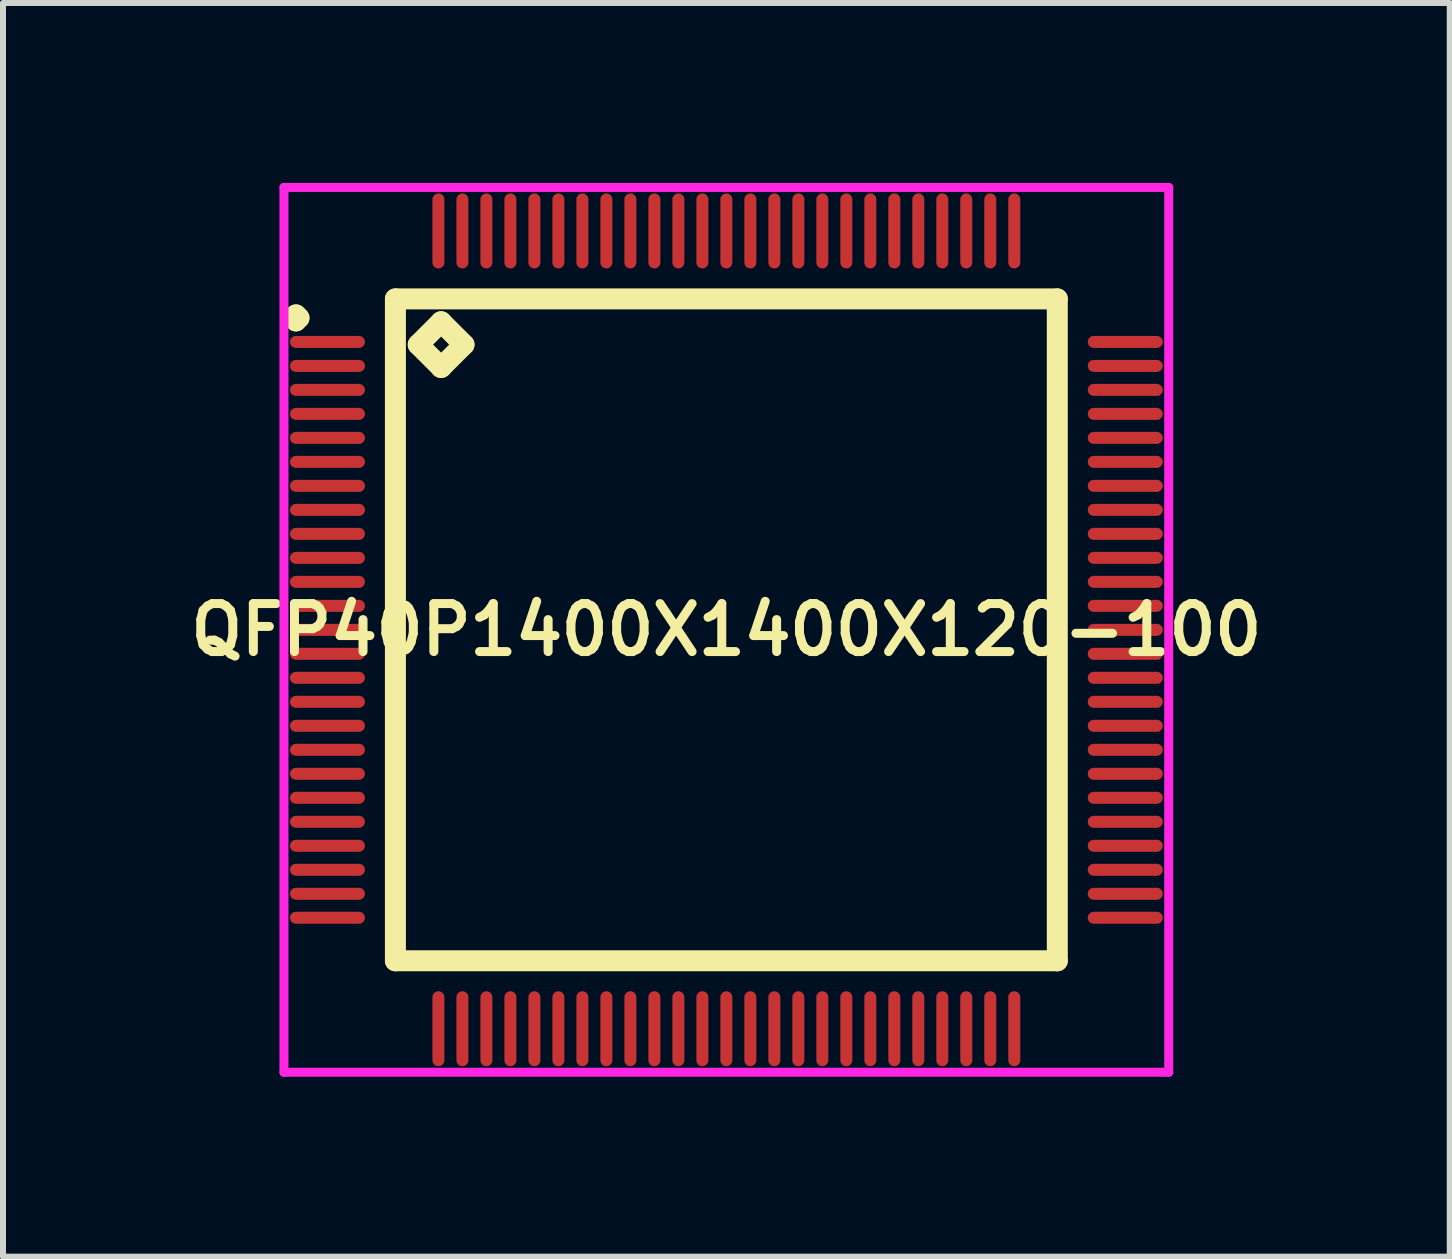
<source format=kicad_pcb>
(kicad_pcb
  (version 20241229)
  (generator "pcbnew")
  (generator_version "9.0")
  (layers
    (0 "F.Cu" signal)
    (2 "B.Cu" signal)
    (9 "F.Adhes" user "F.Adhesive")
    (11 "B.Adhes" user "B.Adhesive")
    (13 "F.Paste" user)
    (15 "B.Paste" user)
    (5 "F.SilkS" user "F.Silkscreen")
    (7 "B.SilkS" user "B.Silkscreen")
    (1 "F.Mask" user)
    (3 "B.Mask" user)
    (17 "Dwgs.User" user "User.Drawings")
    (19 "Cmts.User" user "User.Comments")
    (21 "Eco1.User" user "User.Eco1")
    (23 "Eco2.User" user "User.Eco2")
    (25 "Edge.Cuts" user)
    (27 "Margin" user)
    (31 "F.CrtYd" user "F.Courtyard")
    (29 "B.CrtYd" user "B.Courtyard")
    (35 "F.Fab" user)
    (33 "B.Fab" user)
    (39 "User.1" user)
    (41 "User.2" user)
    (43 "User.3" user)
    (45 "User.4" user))
  (footprint "QFP40P1400X1400X120-100"
    (layer "F.Cu")
    (at 9.059 7.45)
    (property "Reference" "QFP40P1400X1400X120-100" (at 0 0 0) (layer "F.SilkS") (effects (font (size 0.8 0.8) (thickness 0.15))))
    (attr smd)
    (fp_line (start -7.225 -5.2) (end -7.175 -5.25) (stroke (width 0.35) (type solid)) (layer "F.SilkS"))
    (fp_line (start -7.175 -5.25) (end -7.125 -5.2) (stroke (width 0.35) (type solid)) (layer "F.SilkS"))
    (fp_line (start -7.175 -5.15) (end -7.225 -5.2) (stroke (width 0.35) (type solid)) (layer "F.SilkS"))
    (fp_line (start -7.125 -5.2) (end -7.175 -5.15) (stroke (width 0.35) (type solid)) (layer "F.SilkS"))
    (fp_line (start -5.517 -5.517) (end -5.517 5.517) (stroke (width 0.35) (type solid)) (layer "F.SilkS"))
    (fp_line (start -5.517 5.517) (end 5.517 5.517) (stroke (width 0.35) (type solid)) (layer "F.SilkS"))
    (fp_line (start -5.136 -4.755) (end -4.755 -5.136) (stroke (width 0.35) (type solid)) (layer "F.SilkS"))
    (fp_line (start -4.755 -5.136) (end -4.374 -4.755) (stroke (width 0.35) (type solid)) (layer "F.SilkS"))
    (fp_line (start -4.755 -4.374) (end -5.136 -4.755) (stroke (width 0.35) (type solid)) (layer "F.SilkS"))
    (fp_line (start -4.374 -4.755) (end -4.755 -4.374) (stroke (width 0.35) (type solid)) (layer "F.SilkS"))
    (fp_line (start 5.517 -5.517) (end -5.517 -5.517) (stroke (width 0.35) (type solid)) (layer "F.SilkS"))
    (fp_line (start 5.517 5.517) (end 5.517 -5.517) (stroke (width 0.35) (type solid)) (layer "F.SilkS"))
    (fp_line (start -7.375 -7.375) (end 7.375 -7.375) (stroke (width 0.15) (type solid)) (layer "F.CrtYd"))
    (fp_line (start -7.375 7.375) (end -7.375 -7.375) (stroke (width 0.15) (type solid)) (layer "F.CrtYd"))
    (fp_line (start 7.375 -7.375) (end 7.375 7.375) (stroke (width 0.15) (type solid)) (layer "F.CrtYd"))
    (fp_line (start 7.375 7.375) (end -7.375 7.375) (stroke (width 0.15) (type solid)) (layer "F.CrtYd"))
    (pad "1" smd oval (at -6.65 -4.8) (size 1.25 0.2) (layers "F.Cu" "F.Mask" "F.Paste"))
    (pad "2" smd oval (at -6.65 -4.4) (size 1.25 0.2) (layers "F.Cu" "F.Mask" "F.Paste"))
    (pad "3" smd oval (at -6.65 -4) (size 1.25 0.2) (layers "F.Cu" "F.Mask" "F.Paste"))
    (pad "4" smd oval (at -6.65 -3.6) (size 1.25 0.2) (layers "F.Cu" "F.Mask" "F.Paste"))
    (pad "5" smd oval (at -6.65 -3.2) (size 1.25 0.2) (layers "F.Cu" "F.Mask" "F.Paste"))
    (pad "6" smd oval (at -6.65 -2.8) (size 1.25 0.2) (layers "F.Cu" "F.Mask" "F.Paste"))
    (pad "7" smd oval (at -6.65 -2.4) (size 1.25 0.2) (layers "F.Cu" "F.Mask" "F.Paste"))
    (pad "8" smd oval (at -6.65 -2) (size 1.25 0.2) (layers "F.Cu" "F.Mask" "F.Paste"))
    (pad "9" smd oval (at -6.65 -1.6) (size 1.25 0.2) (layers "F.Cu" "F.Mask" "F.Paste"))
    (pad "10" smd oval (at -6.65 -1.2) (size 1.25 0.2) (layers "F.Cu" "F.Mask" "F.Paste"))
    (pad "11" smd oval (at -6.65 -0.8) (size 1.25 0.2) (layers "F.Cu" "F.Mask" "F.Paste"))
    (pad "12" smd oval (at -6.65 -0.4) (size 1.25 0.2) (layers "F.Cu" "F.Mask" "F.Paste"))
    (pad "13" smd oval (at -6.65 0) (size 1.25 0.2) (layers "F.Cu" "F.Mask" "F.Paste"))
    (pad "14" smd oval (at -6.65 0.4) (size 1.25 0.2) (layers "F.Cu" "F.Mask" "F.Paste"))
    (pad "15" smd oval (at -6.65 0.8) (size 1.25 0.2) (layers "F.Cu" "F.Mask" "F.Paste"))
    (pad "16" smd oval (at -6.65 1.2) (size 1.25 0.2) (layers "F.Cu" "F.Mask" "F.Paste"))
    (pad "17" smd oval (at -6.65 1.6) (size 1.25 0.2) (layers "F.Cu" "F.Mask" "F.Paste"))
    (pad "18" smd oval (at -6.65 2) (size 1.25 0.2) (layers "F.Cu" "F.Mask" "F.Paste"))
    (pad "19" smd oval (at -6.65 2.4) (size 1.25 0.2) (layers "F.Cu" "F.Mask" "F.Paste"))
    (pad "20" smd oval (at -6.65 2.8) (size 1.25 0.2) (layers "F.Cu" "F.Mask" "F.Paste"))
    (pad "21" smd oval (at -6.65 3.2) (size 1.25 0.2) (layers "F.Cu" "F.Mask" "F.Paste"))
    (pad "22" smd oval (at -6.65 3.6) (size 1.25 0.2) (layers "F.Cu" "F.Mask" "F.Paste"))
    (pad "23" smd oval (at -6.65 4) (size 1.25 0.2) (layers "F.Cu" "F.Mask" "F.Paste"))
    (pad "24" smd oval (at -6.65 4.4) (size 1.25 0.2) (layers "F.Cu" "F.Mask" "F.Paste"))
    (pad "25" smd oval (at -6.65 4.8) (size 1.25 0.2) (layers "F.Cu" "F.Mask" "F.Paste"))
    (pad "26" smd oval (at -4.8 6.65) (size 0.2 1.25) (layers "F.Cu" "F.Mask" "F.Paste"))
    (pad "27" smd oval (at -4.4 6.65) (size 0.2 1.25) (layers "F.Cu" "F.Mask" "F.Paste"))
    (pad "28" smd oval (at -4 6.65) (size 0.2 1.25) (layers "F.Cu" "F.Mask" "F.Paste"))
    (pad "29" smd oval (at -3.6 6.65) (size 0.2 1.25) (layers "F.Cu" "F.Mask" "F.Paste"))
    (pad "30" smd oval (at -3.2 6.65) (size 0.2 1.25) (layers "F.Cu" "F.Mask" "F.Paste"))
    (pad "31" smd oval (at -2.8 6.65) (size 0.2 1.25) (layers "F.Cu" "F.Mask" "F.Paste"))
    (pad "32" smd oval (at -2.4 6.65) (size 0.2 1.25) (layers "F.Cu" "F.Mask" "F.Paste"))
    (pad "33" smd oval (at -2 6.65) (size 0.2 1.25) (layers "F.Cu" "F.Mask" "F.Paste"))
    (pad "34" smd oval (at -1.6 6.65) (size 0.2 1.25) (layers "F.Cu" "F.Mask" "F.Paste"))
    (pad "35" smd oval (at -1.2 6.65) (size 0.2 1.25) (layers "F.Cu" "F.Mask" "F.Paste"))
    (pad "36" smd oval (at -0.8 6.65) (size 0.2 1.25) (layers "F.Cu" "F.Mask" "F.Paste"))
    (pad "37" smd oval (at -0.4 6.65) (size 0.2 1.25) (layers "F.Cu" "F.Mask" "F.Paste"))
    (pad "38" smd oval (at 0 6.65) (size 0.2 1.25) (layers "F.Cu" "F.Mask" "F.Paste"))
    (pad "39" smd oval (at 0.4 6.65) (size 0.2 1.25) (layers "F.Cu" "F.Mask" "F.Paste"))
    (pad "40" smd oval (at 0.8 6.65) (size 0.2 1.25) (layers "F.Cu" "F.Mask" "F.Paste"))
    (pad "41" smd oval (at 1.2 6.65) (size 0.2 1.25) (layers "F.Cu" "F.Mask" "F.Paste"))
    (pad "42" smd oval (at 1.6 6.65) (size 0.2 1.25) (layers "F.Cu" "F.Mask" "F.Paste"))
    (pad "43" smd oval (at 2 6.65) (size 0.2 1.25) (layers "F.Cu" "F.Mask" "F.Paste"))
    (pad "44" smd oval (at 2.4 6.65) (size 0.2 1.25) (layers "F.Cu" "F.Mask" "F.Paste"))
    (pad "45" smd oval (at 2.8 6.65) (size 0.2 1.25) (layers "F.Cu" "F.Mask" "F.Paste"))
    (pad "46" smd oval (at 3.2 6.65) (size 0.2 1.25) (layers "F.Cu" "F.Mask" "F.Paste"))
    (pad "47" smd oval (at 3.6 6.65) (size 0.2 1.25) (layers "F.Cu" "F.Mask" "F.Paste"))
    (pad "48" smd oval (at 4 6.65) (size 0.2 1.25) (layers "F.Cu" "F.Mask" "F.Paste"))
    (pad "49" smd oval (at 4.4 6.65) (size 0.2 1.25) (layers "F.Cu" "F.Mask" "F.Paste"))
    (pad "50" smd oval (at 4.8 6.65) (size 0.2 1.25) (layers "F.Cu" "F.Mask" "F.Paste"))
    (pad "51" smd oval (at 6.65 4.8) (size 1.25 0.2) (layers "F.Cu" "F.Mask" "F.Paste"))
    (pad "52" smd oval (at 6.65 4.4) (size 1.25 0.2) (layers "F.Cu" "F.Mask" "F.Paste"))
    (pad "53" smd oval (at 6.65 4) (size 1.25 0.2) (layers "F.Cu" "F.Mask" "F.Paste"))
    (pad "54" smd oval (at 6.65 3.6) (size 1.25 0.2) (layers "F.Cu" "F.Mask" "F.Paste"))
    (pad "55" smd oval (at 6.65 3.2) (size 1.25 0.2) (layers "F.Cu" "F.Mask" "F.Paste"))
    (pad "56" smd oval (at 6.65 2.8) (size 1.25 0.2) (layers "F.Cu" "F.Mask" "F.Paste"))
    (pad "57" smd oval (at 6.65 2.4) (size 1.25 0.2) (layers "F.Cu" "F.Mask" "F.Paste"))
    (pad "58" smd oval (at 6.65 2) (size 1.25 0.2) (layers "F.Cu" "F.Mask" "F.Paste"))
    (pad "59" smd oval (at 6.65 1.6) (size 1.25 0.2) (layers "F.Cu" "F.Mask" "F.Paste"))
    (pad "60" smd oval (at 6.65 1.2) (size 1.25 0.2) (layers "F.Cu" "F.Mask" "F.Paste"))
    (pad "61" smd oval (at 6.65 0.8) (size 1.25 0.2) (layers "F.Cu" "F.Mask" "F.Paste"))
    (pad "62" smd oval (at 6.65 0.4) (size 1.25 0.2) (layers "F.Cu" "F.Mask" "F.Paste"))
    (pad "63" smd oval (at 6.65 0) (size 1.25 0.2) (layers "F.Cu" "F.Mask" "F.Paste"))
    (pad "64" smd oval (at 6.65 -0.4) (size 1.25 0.2) (layers "F.Cu" "F.Mask" "F.Paste"))
    (pad "65" smd oval (at 6.65 -0.8) (size 1.25 0.2) (layers "F.Cu" "F.Mask" "F.Paste"))
    (pad "66" smd oval (at 6.65 -1.2) (size 1.25 0.2) (layers "F.Cu" "F.Mask" "F.Paste"))
    (pad "67" smd oval (at 6.65 -1.6) (size 1.25 0.2) (layers "F.Cu" "F.Mask" "F.Paste"))
    (pad "68" smd oval (at 6.65 -2) (size 1.25 0.2) (layers "F.Cu" "F.Mask" "F.Paste"))
    (pad "69" smd oval (at 6.65 -2.4) (size 1.25 0.2) (layers "F.Cu" "F.Mask" "F.Paste"))
    (pad "70" smd oval (at 6.65 -2.8) (size 1.25 0.2) (layers "F.Cu" "F.Mask" "F.Paste"))
    (pad "71" smd oval (at 6.65 -3.2) (size 1.25 0.2) (layers "F.Cu" "F.Mask" "F.Paste"))
    (pad "72" smd oval (at 6.65 -3.6) (size 1.25 0.2) (layers "F.Cu" "F.Mask" "F.Paste"))
    (pad "73" smd oval (at 6.65 -4) (size 1.25 0.2) (layers "F.Cu" "F.Mask" "F.Paste"))
    (pad "74" smd oval (at 6.65 -4.4) (size 1.25 0.2) (layers "F.Cu" "F.Mask" "F.Paste"))
    (pad "75" smd oval (at 6.65 -4.8) (size 1.25 0.2) (layers "F.Cu" "F.Mask" "F.Paste"))
    (pad "76" smd oval (at 4.8 -6.65) (size 0.2 1.25) (layers "F.Cu" "F.Mask" "F.Paste"))
    (pad "77" smd oval (at 4.4 -6.65) (size 0.2 1.25) (layers "F.Cu" "F.Mask" "F.Paste"))
    (pad "78" smd oval (at 4 -6.65) (size 0.2 1.25) (layers "F.Cu" "F.Mask" "F.Paste"))
    (pad "79" smd oval (at 3.6 -6.65) (size 0.2 1.25) (layers "F.Cu" "F.Mask" "F.Paste"))
    (pad "80" smd oval (at 3.2 -6.65) (size 0.2 1.25) (layers "F.Cu" "F.Mask" "F.Paste"))
    (pad "81" smd oval (at 2.8 -6.65) (size 0.2 1.25) (layers "F.Cu" "F.Mask" "F.Paste"))
    (pad "82" smd oval (at 2.4 -6.65) (size 0.2 1.25) (layers "F.Cu" "F.Mask" "F.Paste"))
    (pad "83" smd oval (at 2 -6.65) (size 0.2 1.25) (layers "F.Cu" "F.Mask" "F.Paste"))
    (pad "84" smd oval (at 1.6 -6.65) (size 0.2 1.25) (layers "F.Cu" "F.Mask" "F.Paste"))
    (pad "85" smd oval (at 1.2 -6.65) (size 0.2 1.25) (layers "F.Cu" "F.Mask" "F.Paste"))
    (pad "86" smd oval (at 0.8 -6.65) (size 0.2 1.25) (layers "F.Cu" "F.Mask" "F.Paste"))
    (pad "87" smd oval (at 0.4 -6.65) (size 0.2 1.25) (layers "F.Cu" "F.Mask" "F.Paste"))
    (pad "88" smd oval (at 0 -6.65) (size 0.2 1.25) (layers "F.Cu" "F.Mask" "F.Paste"))
    (pad "89" smd oval (at -0.4 -6.65) (size 0.2 1.25) (layers "F.Cu" "F.Mask" "F.Paste"))
    (pad "90" smd oval (at -0.8 -6.65) (size 0.2 1.25) (layers "F.Cu" "F.Mask" "F.Paste"))
    (pad "91" smd oval (at -1.2 -6.65) (size 0.2 1.25) (layers "F.Cu" "F.Mask" "F.Paste"))
    (pad "92" smd oval (at -1.6 -6.65) (size 0.2 1.25) (layers "F.Cu" "F.Mask" "F.Paste"))
    (pad "93" smd oval (at -2 -6.65) (size 0.2 1.25) (layers "F.Cu" "F.Mask" "F.Paste"))
    (pad "94" smd oval (at -2.4 -6.65) (size 0.2 1.25) (layers "F.Cu" "F.Mask" "F.Paste"))
    (pad "95" smd oval (at -2.8 -6.65) (size 0.2 1.25) (layers "F.Cu" "F.Mask" "F.Paste"))
    (pad "96" smd oval (at -3.2 -6.65) (size 0.2 1.25) (layers "F.Cu" "F.Mask" "F.Paste"))
    (pad "97" smd oval (at -3.6 -6.65) (size 0.2 1.25) (layers "F.Cu" "F.Mask" "F.Paste"))
    (pad "98" smd oval (at -4 -6.65) (size 0.2 1.25) (layers "F.Cu" "F.Mask" "F.Paste"))
    (pad "99" smd oval (at -4.4 -6.65) (size 0.2 1.25) (layers "F.Cu" "F.Mask" "F.Paste"))
    (pad "100" smd oval (at -4.8 -6.65) (size 0.2 1.25) (layers "F.Cu" "F.Mask" "F.Paste")))
  (gr_rect
    (start -3 -3)
    (end 21.119 17.9)
    (stroke (width 0.1) (type default))
    (fill no)
    (layer "Edge.Cuts")))
</source>
